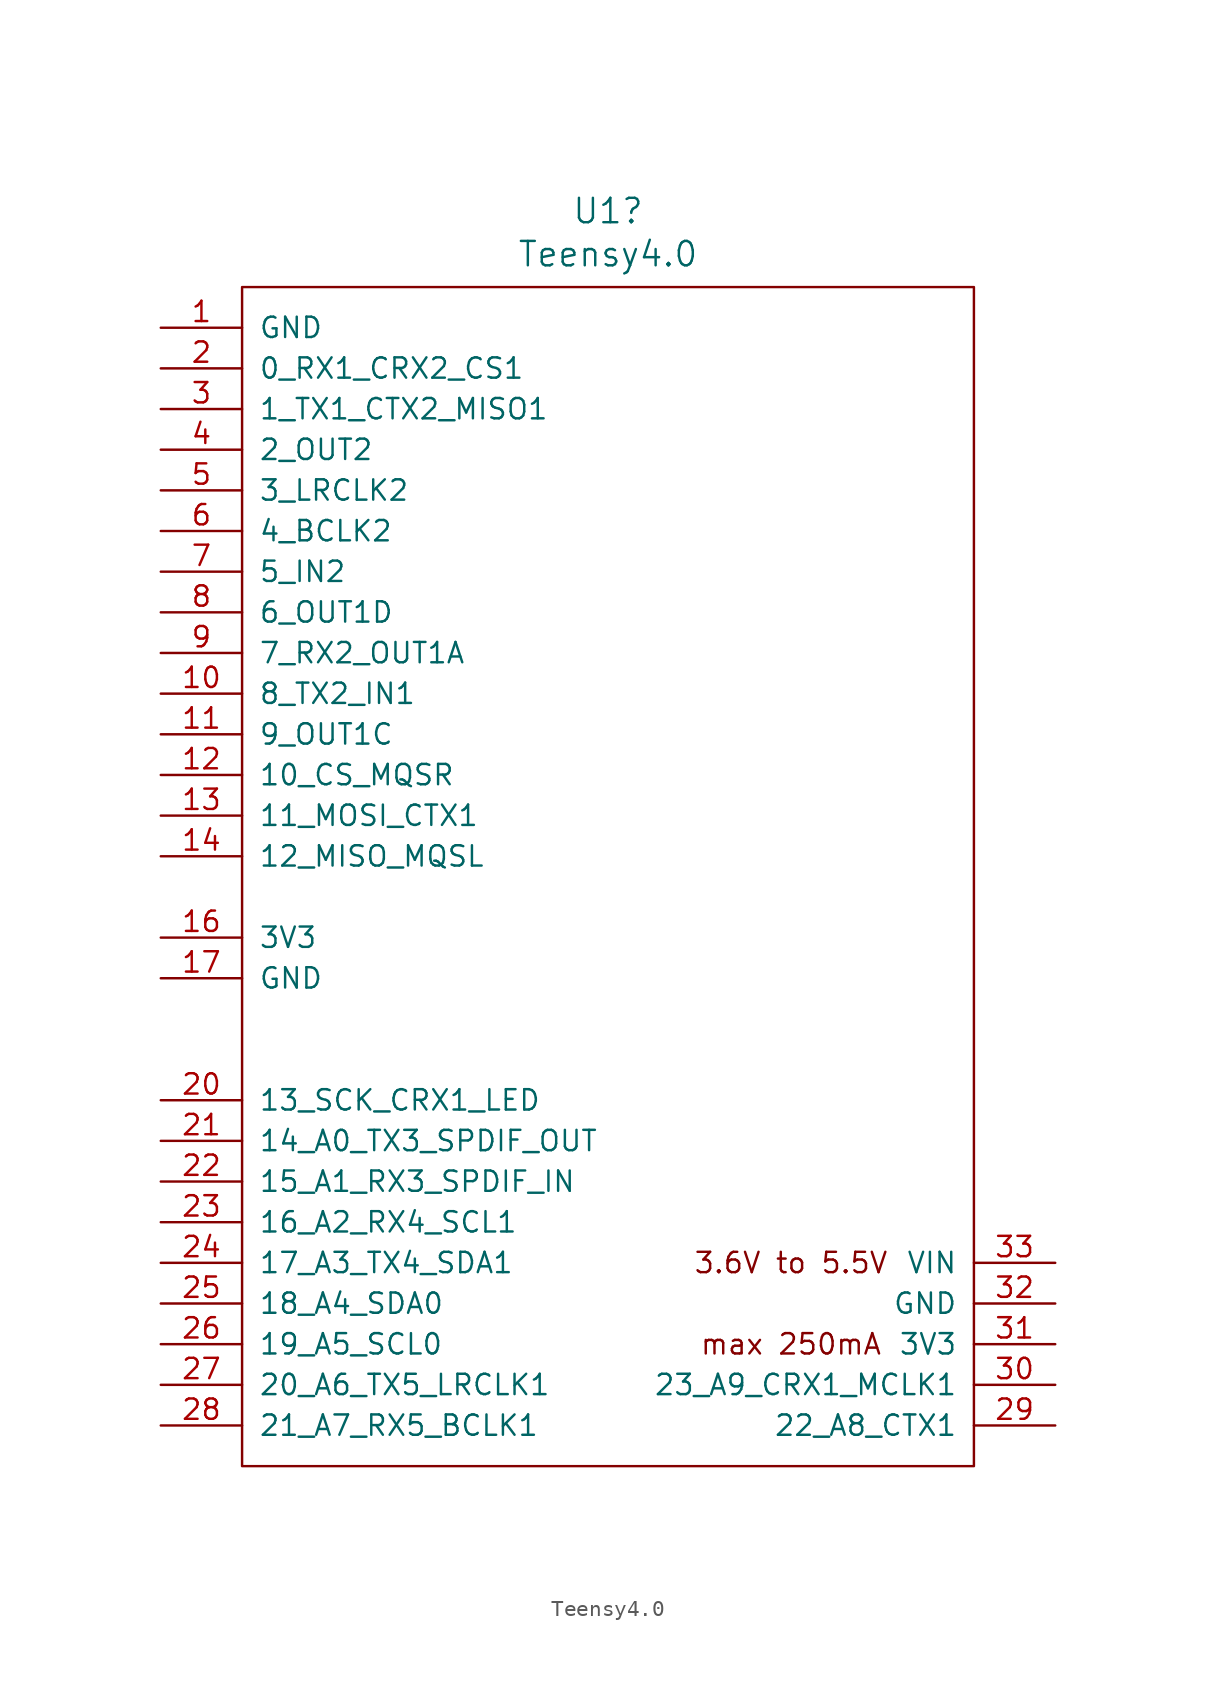
<source format=kicad_sym>
(kicad_symbol_lib
  (version 20211014)
  (generator kicad_symbol_editor)
  (symbol "Teensy4.0"
    (pin_names
      (offset 1.016))
    (property "Reference" "U1"
      (at 0 41.58 0)
      (effects (font (size 1.524 1.524))))
    (property "Value" "Teensy4.0"
      (at 0 38.887 0)
      (effects (font (size 1.524 1.524))))
    (symbol "Teensy4.0_0_0"
      (text "3.6V to 5.5V" (at 11.43 -24.13 0) (effects (font (size 1.27 1.27))))
      (text "max 250mA" (at 11.43 -29.21 0) (effects (font (size 1.27 1.27))))
      (pin bidirectional line (at -27.94 11.43 0) (length 5.08) (name "8_TX2_IN1" (effects (font (size 1.27 1.27)))) (number "10" (effects (font (size 1.27 1.27)))))
      (pin bidirectional line (at -27.94 8.89 0) (length 5.08) (name "9_OUT1C" (effects (font (size 1.27 1.27)))) (number "11" (effects (font (size 1.27 1.27)))))
      (pin bidirectional line (at -27.94 6.35 0) (length 5.08) (name "10_CS_MQSR" (effects (font (size 1.27 1.27)))) (number "12" (effects (font (size 1.27 1.27)))))
      (pin bidirectional line (at -27.94 3.81 0) (length 5.08) (name "11_MOSI_CTX1" (effects (font (size 1.27 1.27)))) (number "13" (effects (font (size 1.27 1.27)))))
      (pin bidirectional line (at -27.94 1.27 0) (length 5.08) (name "12_MISO_MQSL" (effects (font (size 1.27 1.27)))) (number "14" (effects (font (size 1.27 1.27)))))
      (pin power_in line (at -27.94 -3.81 0) (length 5.08) (name "3V3" (effects (font (size 1.27 1.27)))) (number "16" (effects (font (size 1.27 1.27)))))
      (pin power_out line (at -27.94 -6.35 0) (length 5.08) (name "GND" (effects (font (size 1.27 1.27)))) (number "17" (effects (font (size 1.27 1.27)))))
      (pin bidirectional line (at -27.94 -13.97 0) (length 5.08) (name "13_SCK_CRX1_LED" (effects (font (size 1.27 1.27)))) (number "20" (effects (font (size 1.27 1.27)))))
      (pin bidirectional line (at -27.94 -16.51 0) (length 5.08) (name "14_A0_TX3_SPDIF_OUT" (effects (font (size 1.27 1.27)))) (number "21" (effects (font (size 1.27 1.27)))))
      (pin bidirectional line (at -27.94 -19.05 0) (length 5.08) (name "15_A1_RX3_SPDIF_IN" (effects (font (size 1.27 1.27)))) (number "22" (effects (font (size 1.27 1.27)))))
      (pin bidirectional line (at -27.94 -21.59 0) (length 5.08) (name "16_A2_RX4_SCL1" (effects (font (size 1.27 1.27)))) (number "23" (effects (font (size 1.27 1.27)))))
      (pin bidirectional line (at -27.94 -24.13 0) (length 5.08) (name "17_A3_TX4_SDA1" (effects (font (size 1.27 1.27)))) (number "24" (effects (font (size 1.27 1.27)))))
      (pin bidirectional line (at -27.94 -26.67 0) (length 5.08) (name "18_A4_SDA0" (effects (font (size 1.27 1.27)))) (number "25" (effects (font (size 1.27 1.27)))))
      (pin bidirectional line (at -27.94 -29.21 0) (length 5.08) (name "19_A5_SCL0" (effects (font (size 1.27 1.27)))) (number "26" (effects (font (size 1.27 1.27)))))
      (pin bidirectional line (at -27.94 -31.75 0) (length 5.08) (name "20_A6_TX5_LRCLK1" (effects (font (size 1.27 1.27)))) (number "27" (effects (font (size 1.27 1.27)))))
      (pin bidirectional line (at -27.94 -34.29 0) (length 5.08) (name "21_A7_RX5_BCLK1" (effects (font (size 1.27 1.27)))) (number "28" (effects (font (size 1.27 1.27)))))
      (pin bidirectional line (at 27.94 -34.29 180) (length 5.08) (name "22_A8_CTX1" (effects (font (size 1.27 1.27)))) (number "29" (effects (font (size 1.27 1.27)))))
      (pin bidirectional line (at 27.94 -31.75 180) (length 5.08) (name "23_A9_CRX1_MCLK1" (effects (font (size 1.27 1.27)))) (number "30" (effects (font (size 1.27 1.27)))))
      (pin power_out line (at 27.94 -29.21 180) (length 5.08) (name "3V3" (effects (font (size 1.27 1.27)))) (number "31" (effects (font (size 1.27 1.27)))))
      (pin power_out line (at 27.94 -26.67 180) (length 5.08) (name "GND" (effects (font (size 1.27 1.27)))) (number "32" (effects (font (size 1.27 1.27)))))
      (pin power_in line (at 27.94 -24.13 180) (length 5.08) (name "VIN" (effects (font (size 1.27 1.27)))) (number "33" (effects (font (size 1.27 1.27)))))
      (pin bidirectional line (at -27.94 24.13 0) (length 5.08) (name "3_LRCLK2" (effects (font (size 1.27 1.27)))) (number "5" (effects (font (size 1.27 1.27)))))
      (pin bidirectional line (at -27.94 21.59 0) (length 5.08) (name "4_BCLK2" (effects (font (size 1.27 1.27)))) (number "6" (effects (font (size 1.27 1.27)))))
      (pin bidirectional line (at -27.94 19.05 0) (length 5.08) (name "5_IN2" (effects (font (size 1.27 1.27)))) (number "7" (effects (font (size 1.27 1.27)))))
      (pin bidirectional line (at -27.94 16.51 0) (length 5.08) (name "6_OUT1D" (effects (font (size 1.27 1.27)))) (number "8" (effects (font (size 1.27 1.27)))))
      (pin bidirectional line (at -27.94 13.97 0) (length 5.08) (name "7_RX2_OUT1A" (effects (font (size 1.27 1.27)))) (number "9" (effects (font (size 1.27 1.27))))))
    (symbol "Teensy4.0_0_1"
      (rectangle (start -22.86 36.83) (end 22.86 -36.83) (stroke (width 0) (type default) (color 0 0 0 0)) (fill (type none)))
      (rectangle (start -20.32 -31.75) (end -20.32 -31.75) (stroke (width 0) (type default) (color 0 0 0 0)) (fill (type none))))
    (symbol "Teensy4.0_1_1"
      (pin power_in line (at -27.94 34.29 0) (length 5.08) (name "GND" (effects (font (size 1.27 1.27)))) (number "1" (effects (font (size 1.27 1.27)))))
      (pin bidirectional line (at -27.94 31.75 0) (length 5.08) (name "0_RX1_CRX2_CS1" (effects (font (size 1.27 1.27)))) (number "2" (effects (font (size 1.27 1.27)))))
      (pin bidirectional line (at -27.94 29.21 0) (length 5.08) (name "1_TX1_CTX2_MISO1" (effects (font (size 1.27 1.27)))) (number "3" (effects (font (size 1.27 1.27)))))
      (pin bidirectional line (at -27.94 26.67 0) (length 5.08) (name "2_OUT2" (effects (font (size 1.27 1.27)))) (number "4" (effects (font (size 1.27 1.27))))))))
</source>
